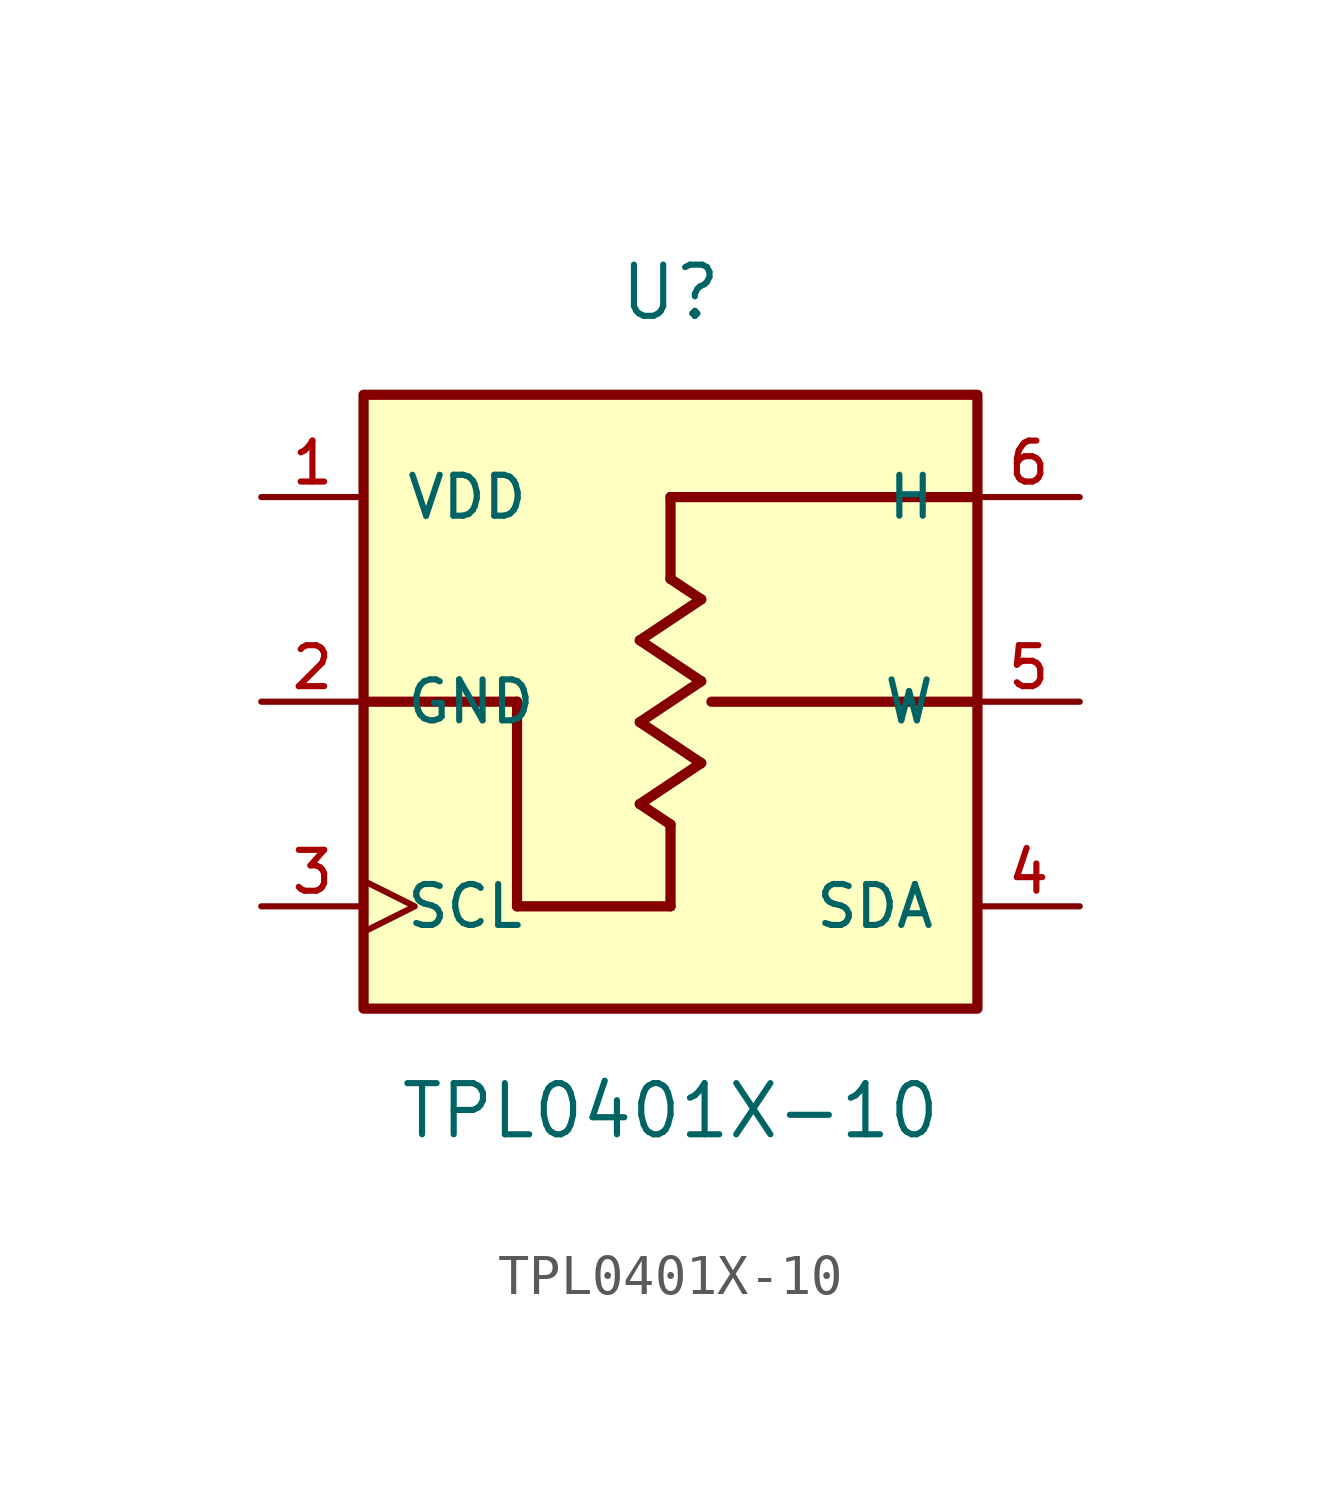
<source format=kicad_sym>
(kicad_symbol_lib
  (version 20211014)
  (generator kicad_symbol_editor)
  (symbol "TPL0401X-10"
    (pin_names
      (offset 1.016))
    (property "Reference" "U"
      (at 0.0 10.16 0)
      (effects (font (size 1.27 1.27))))
    (property "Value" "TPL0401X-10"
      (at 0.0 -10.16 0)
      (effects (font (size 1.27 1.27))))
    (symbol "TPL0401X-10_0_0"
      (polyline (pts (xy 7.62 5.08) (xy 0.0 5.08)) (stroke (width 0.254)))
      (polyline (pts (xy -7.62 0.0) (xy -3.81 0.0)) (stroke (width 0.254)))
      (polyline (pts (xy -3.81 0.0) (xy -3.81 -5.08)) (stroke (width 0.254)))
      (polyline (pts (xy -3.81 -5.08) (xy 0.0 -5.08)) (stroke (width 0.254)))
      (polyline (pts (xy 0.762 2.54) (xy -0.762 1.524)) (stroke (width 0.254)))
      (polyline (pts (xy -0.762 1.524) (xy 0.762 0.508)) (stroke (width 0.254)))
      (polyline (pts (xy 0.762 0.508) (xy -0.762 -0.508)) (stroke (width 0.254)))
      (polyline (pts (xy -0.762 -0.508) (xy 0.762 -1.524)) (stroke (width 0.254)))
      (polyline (pts (xy 0.762 -1.524) (xy -0.762 -2.54)) (stroke (width 0.254)))
      (polyline (pts (xy -0.762 -2.54) (xy 0.0 -3.048)) (stroke (width 0.254)))
      (polyline (pts (xy 0.762 2.54) (xy 0.0 3.048)) (stroke (width 0.254)))
      (polyline (pts (xy 0.0 3.048) (xy 0.0 5.08)) (stroke (width 0.254)))
      (polyline (pts (xy 0.0 -3.048) (xy 0.0 -5.08)) (stroke (width 0.254)))
      (polyline (pts (xy 7.62 0.0) (xy 1.016 0.0)) (stroke (width 0.254)))
      (rectangle (start -7.62 -7.62) (end 7.62 7.62) (stroke (width 0.254)) (fill (type background)))
      (pin power_in line (at -10.16 5.08 0) (length 2.54) (name "VDD" (effects (font (size 1.016 1.016)))) (number "1" (effects (font (size 1.016 1.016)))))
      (pin power_in line (at -10.16 0.0 0) (length 2.54) (name "GND" (effects (font (size 1.016 1.016)))) (number "2" (effects (font (size 1.016 1.016)))))
      (pin input clock (at -10.16 -5.08 0) (length 2.54) (name "SCL" (effects (font (size 1.016 1.016)))) (number "3" (effects (font (size 1.016 1.016)))))
      (pin bidirectional line (at 10.16 5.08 180.0) (length 2.54) (name "H" (effects (font (size 1.016 1.016)))) (number "6" (effects (font (size 1.016 1.016)))))
      (pin bidirectional line (at 10.16 0.0 180.0) (length 2.54) (name "W" (effects (font (size 1.016 1.016)))) (number "5" (effects (font (size 1.016 1.016)))))
      (pin bidirectional line (at 10.16 -5.08 180.0) (length 2.54) (name "SDA" (effects (font (size 1.016 1.016)))) (number "4" (effects (font (size 1.016 1.016))))))))
</source>
